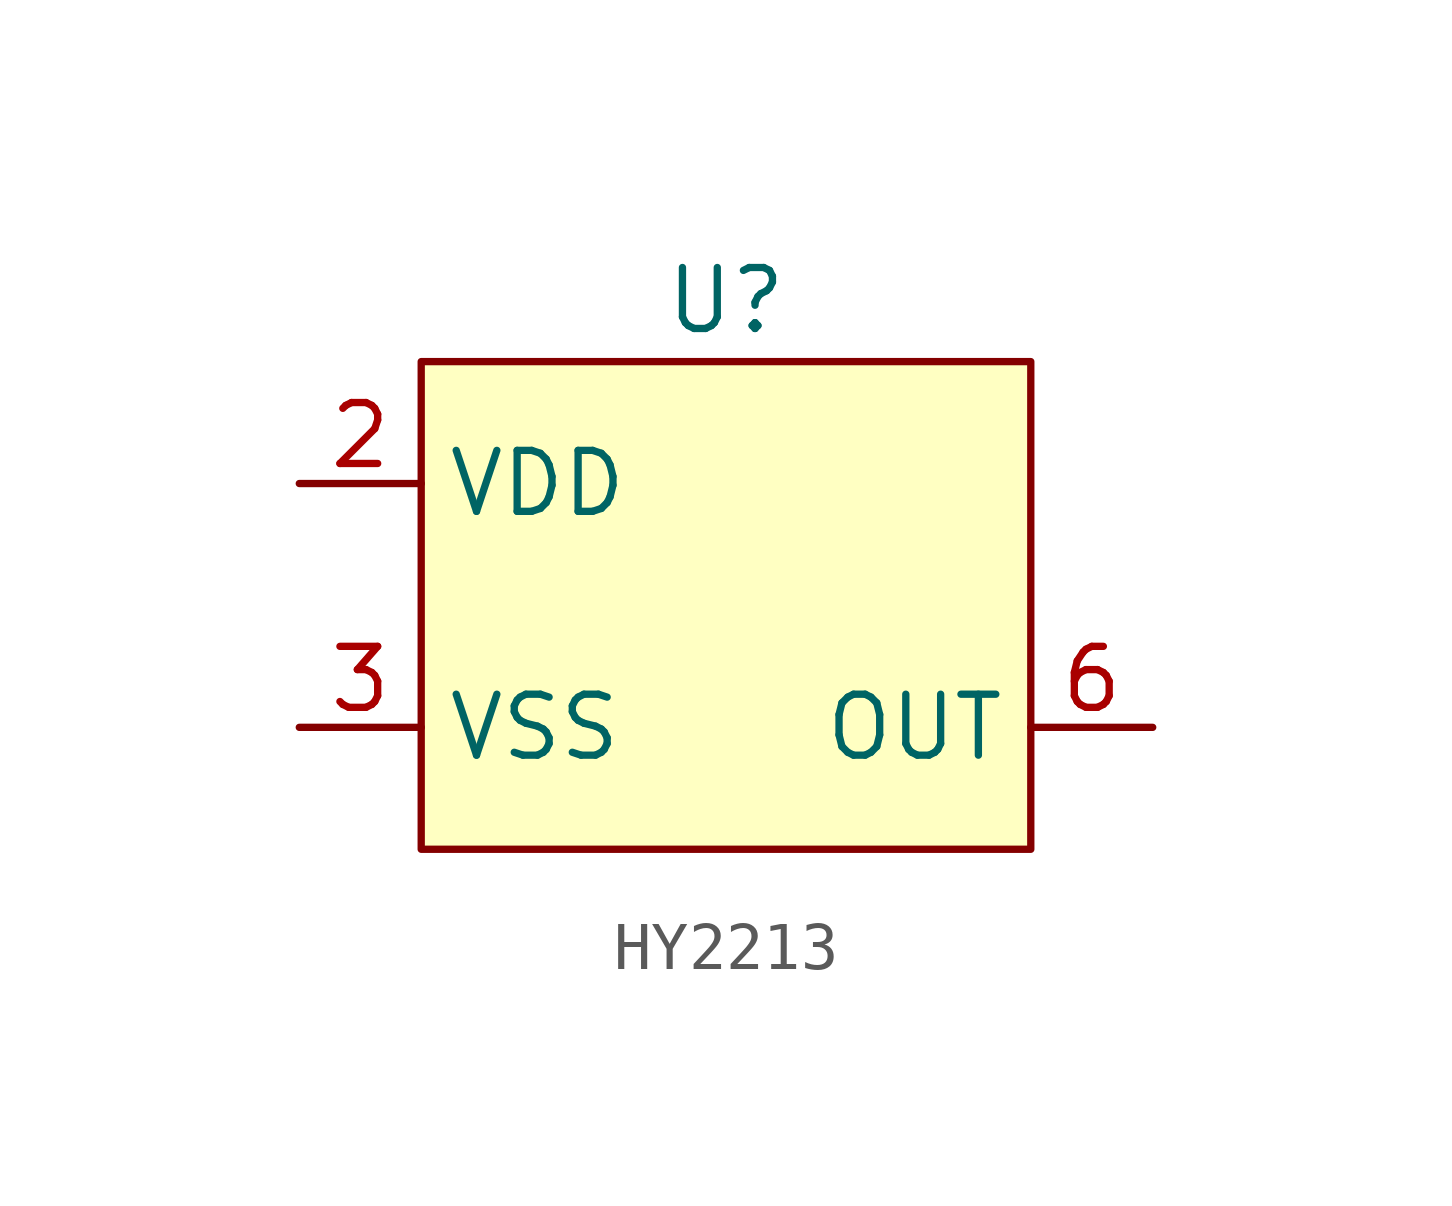
<source format=kicad_sym>
(kicad_symbol_lib
  (version 20220914)
  (generator kicad_symbol_editor)
  (symbol "HY2213"
    (property "Reference" "U"
      (at 0 6.35 0)
      (effects (font (size 1.27 1.27))))
    (property "Value" ""
      (at -6.35 5.08 0)
      (effects (font (size 1.27 1.27))))
    (symbol "HY2213_1_1"
      (rectangle (start -6.35 5.08) (end 6.35 -5.08) (stroke (width 0) (type default)) (fill (type background)))
      (pin no_connect line (at 8.89 2.54 180) (length 2.54) hide (name "NC" (effects (font (size 1.27 1.27)))) (number "1" (effects (font (size 1.27 1.27)))))
      (pin power_in line (at -8.89 2.54 0) (length 2.54) (name "VDD" (effects (font (size 1.27 1.27)))) (number "2" (effects (font (size 1.27 1.27)))))
      (pin power_in line (at -8.89 -2.54 0) (length 2.54) (name "VSS" (effects (font (size 1.27 1.27)))) (number "3" (effects (font (size 1.27 1.27)))))
      (pin no_connect line (at 8.89 2.54 180) (length 2.54) hide (name "NC" (effects (font (size 1.27 1.27)))) (number "4" (effects (font (size 1.27 1.27)))))
      (pin no_connect line (at 8.89 2.54 180) (length 2.54) hide (name "NC" (effects (font (size 1.27 1.27)))) (number "5" (effects (font (size 1.27 1.27)))))
      (pin output line (at 8.89 -2.54 180) (length 2.54) (name "OUT" (effects (font (size 1.27 1.27)))) (number "6" (effects (font (size 1.27 1.27))))))))
</source>
